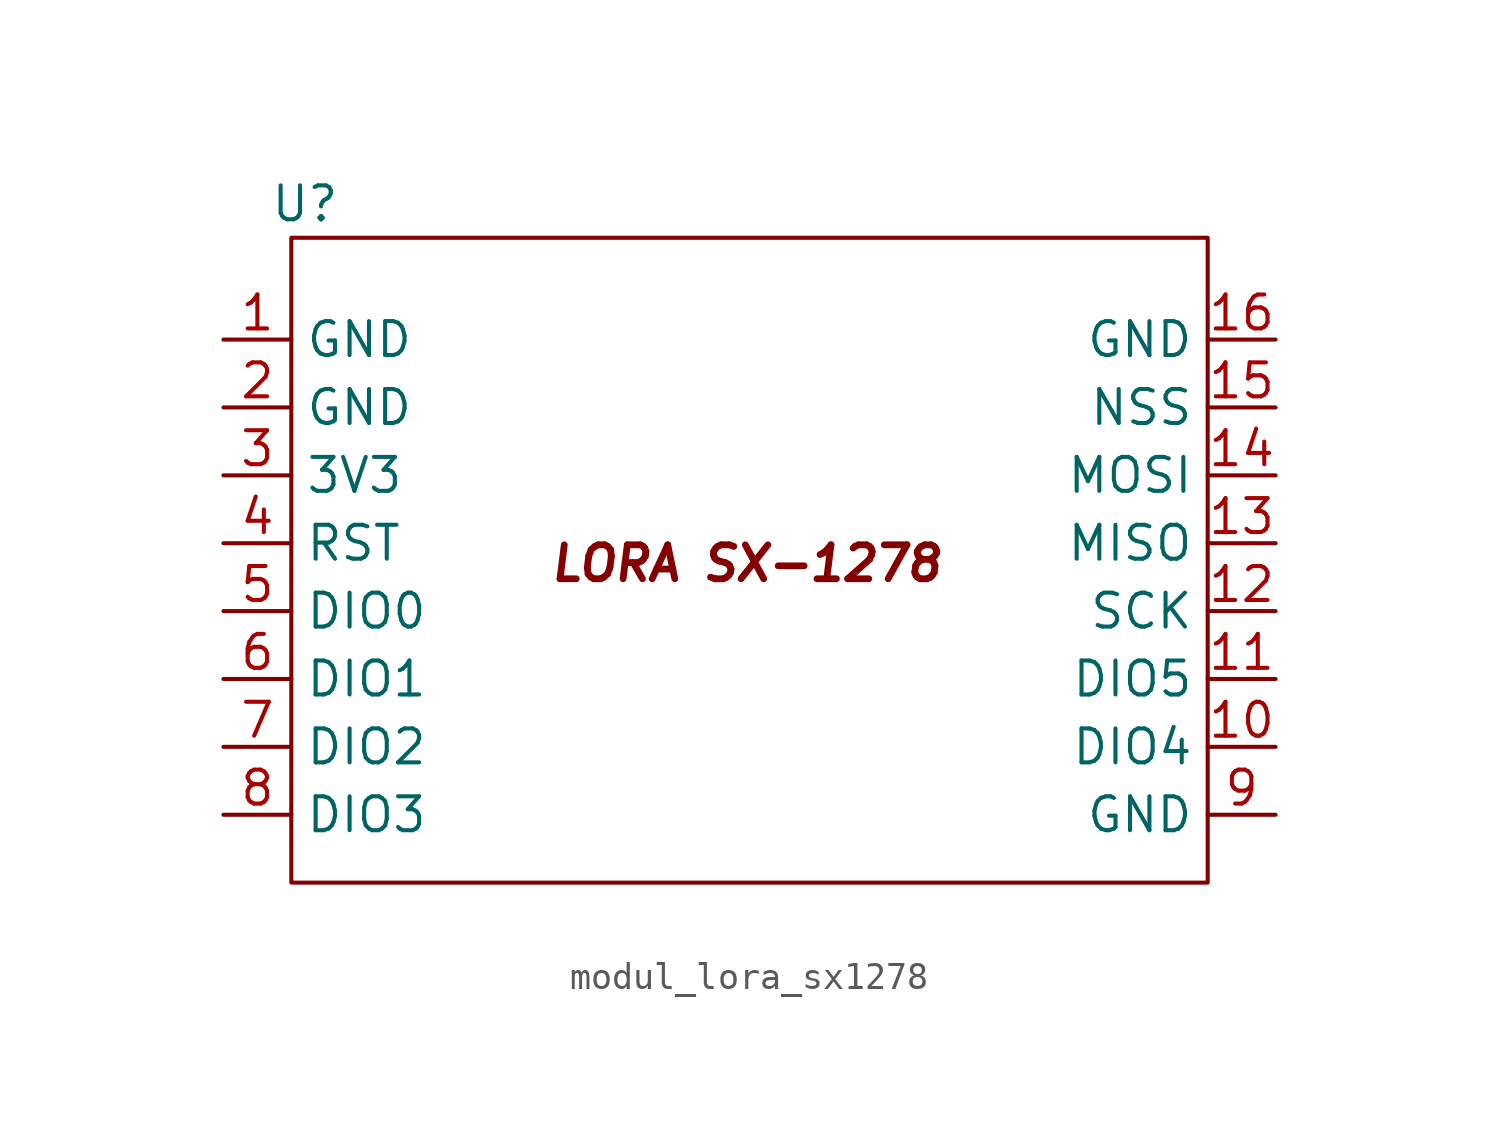
<source format=kicad_sym>
(kicad_symbol_lib
  (version 20231120)
  (generator "kicad_symbol_editor")
  (generator_version "8.0")
  (symbol "modul_lora_sx1278"
    (property "Reference" "U"
      (at -16.002 15.24 0)
      (effects (font (size 1.27 1.27))))
    (property "Value" ""
      (at 0 0 0)
      (effects (font (size 1.27 1.27))))
    (symbol "modul_lora_sx1278_0_1"
      (rectangle (start -16.51 13.97) (end 17.78 -10.16) (stroke (width 0) (type default)) (fill (type none))))
    (symbol "modul_lora_sx1278_1_1"
      (text "LORA SX-1278\n\n" (at 0.508 0.762 0) (effects (font (size 1.27 1.27) (bold yes) (italic yes))))
      (pin input line (at -19.05 10.16 0) (length 2.54) (name "GND" (effects (font (size 1.27 1.27)))) (number "1" (effects (font (size 1.27 1.27)))))
      (pin input line (at 20.32 -5.08 180) (length 2.54) (name "DIO4" (effects (font (size 1.27 1.27)))) (number "10" (effects (font (size 1.27 1.27)))))
      (pin input line (at 20.32 -2.54 180) (length 2.54) (name "DIO5" (effects (font (size 1.27 1.27)))) (number "11" (effects (font (size 1.27 1.27)))))
      (pin input line (at 20.32 0 180) (length 2.54) (name "SCK" (effects (font (size 1.27 1.27)))) (number "12" (effects (font (size 1.27 1.27)))))
      (pin input line (at 20.32 2.54 180) (length 2.54) (name "MISO" (effects (font (size 1.27 1.27)))) (number "13" (effects (font (size 1.27 1.27)))))
      (pin input line (at 20.32 5.08 180) (length 2.54) (name "MOSI" (effects (font (size 1.27 1.27)))) (number "14" (effects (font (size 1.27 1.27)))))
      (pin input line (at 20.32 7.62 180) (length 2.54) (name "NSS" (effects (font (size 1.27 1.27)))) (number "15" (effects (font (size 1.27 1.27)))))
      (pin input line (at 20.32 10.16 180) (length 2.54) (name "GND" (effects (font (size 1.27 1.27)))) (number "16" (effects (font (size 1.27 1.27)))))
      (pin input line (at -19.05 7.62 0) (length 2.54) (name "GND" (effects (font (size 1.27 1.27)))) (number "2" (effects (font (size 1.27 1.27)))))
      (pin input line (at -19.05 5.08 0) (length 2.54) (name "3V3" (effects (font (size 1.27 1.27)))) (number "3" (effects (font (size 1.27 1.27)))))
      (pin input line (at -19.05 2.54 0) (length 2.54) (name "RST" (effects (font (size 1.27 1.27)))) (number "4" (effects (font (size 1.27 1.27)))))
      (pin input line (at -19.05 0 0) (length 2.54) (name "DIO0" (effects (font (size 1.27 1.27)))) (number "5" (effects (font (size 1.27 1.27)))))
      (pin input line (at -19.05 -2.54 0) (length 2.54) (name "DIO1" (effects (font (size 1.27 1.27)))) (number "6" (effects (font (size 1.27 1.27)))))
      (pin input line (at -19.05 -5.08 0) (length 2.54) (name "DIO2" (effects (font (size 1.27 1.27)))) (number "7" (effects (font (size 1.27 1.27)))))
      (pin input line (at -19.05 -7.62 0) (length 2.54) (name "DIO3" (effects (font (size 1.27 1.27)))) (number "8" (effects (font (size 1.27 1.27)))))
      (pin input line (at 20.32 -7.62 180) (length 2.54) (name "GND" (effects (font (size 1.27 1.27)))) (number "9" (effects (font (size 1.27 1.27))))))))
</source>
